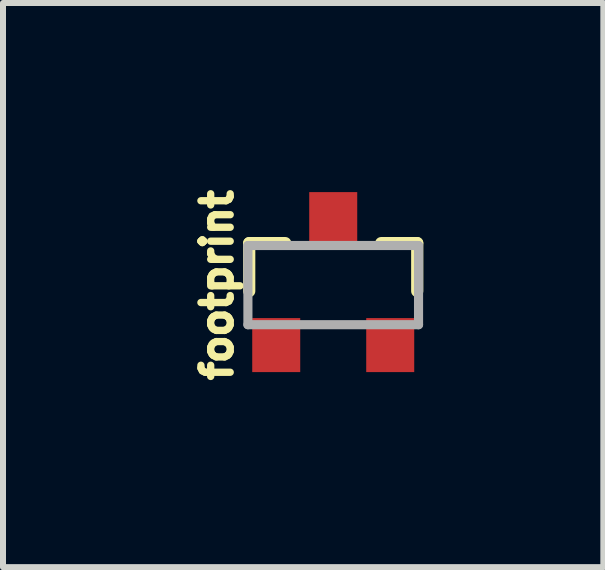
<source format=kicad_pcb>
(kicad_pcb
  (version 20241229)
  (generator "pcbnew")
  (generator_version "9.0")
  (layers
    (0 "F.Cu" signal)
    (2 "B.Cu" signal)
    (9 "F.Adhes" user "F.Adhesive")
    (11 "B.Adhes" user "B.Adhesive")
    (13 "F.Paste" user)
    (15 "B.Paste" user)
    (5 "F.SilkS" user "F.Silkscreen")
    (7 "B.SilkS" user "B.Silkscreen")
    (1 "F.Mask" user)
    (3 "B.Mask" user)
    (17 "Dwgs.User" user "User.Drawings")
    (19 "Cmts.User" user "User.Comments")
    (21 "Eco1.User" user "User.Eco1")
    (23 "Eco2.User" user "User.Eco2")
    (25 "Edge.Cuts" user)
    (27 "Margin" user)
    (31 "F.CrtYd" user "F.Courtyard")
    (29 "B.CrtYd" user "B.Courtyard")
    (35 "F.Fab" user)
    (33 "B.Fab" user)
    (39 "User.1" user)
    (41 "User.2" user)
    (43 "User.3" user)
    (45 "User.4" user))
  (footprint "footprint"
    (layer "F.Cu")
    (at 2.504 1.702)
    (property "Reference" "footprint" (at -1.651 0 90) (layer "F.SilkS") (effects (font (size 0.488 0.488) (thickness 0.122)) (justify bottom)))
    (fp_line (start -1.4 -0.7) (end -1.4 0.1) (stroke (width 0.203) (type solid)) (layer "F.SilkS"))
    (fp_line (start -0.8 -0.7) (end -1.4 -0.7) (stroke (width 0.203) (type solid)) (layer "F.SilkS"))
    (fp_line (start 0.8 -0.7) (end 1.4 -0.7) (stroke (width 0.203) (type solid)) (layer "F.SilkS"))
    (fp_line (start 1.4 -0.7) (end 1.4 0.1) (stroke (width 0.203) (type solid)) (layer "F.SilkS"))
    (fp_line (start -1.422 -0.66) (end 1.422 -0.66) (stroke (width 0.152) (type solid)) (layer "F.Fab"))
    (fp_line (start -1.422 0.66) (end -1.422 -0.66) (stroke (width 0.152) (type solid)) (layer "F.Fab"))
    (fp_line (start 1.422 -0.66) (end 1.422 0.66) (stroke (width 0.152) (type solid)) (layer "F.Fab"))
    (fp_line (start 1.422 0.66) (end -1.422 0.66) (stroke (width 0.152) (type solid)) (layer "F.Fab"))
    (pad "1" smd rect (at -0.95 1) (size 0.8 0.9) (layers "F.Cu" "F.Mask" "F.Paste"))
    (pad "2" smd rect (at 0.95 1) (size 0.8 0.9) (layers "F.Cu" "F.Mask" "F.Paste"))
    (pad "3" smd rect (at 0 -1.1) (size 0.8 0.9) (layers "F.Cu" "F.Mask" "F.Paste")))
  (gr_rect
    (start -3 -3)
    (end 7.006 6.403)
    (stroke (width 0.1) (type default))
    (fill no)
    (layer "Edge.Cuts")))
</source>
